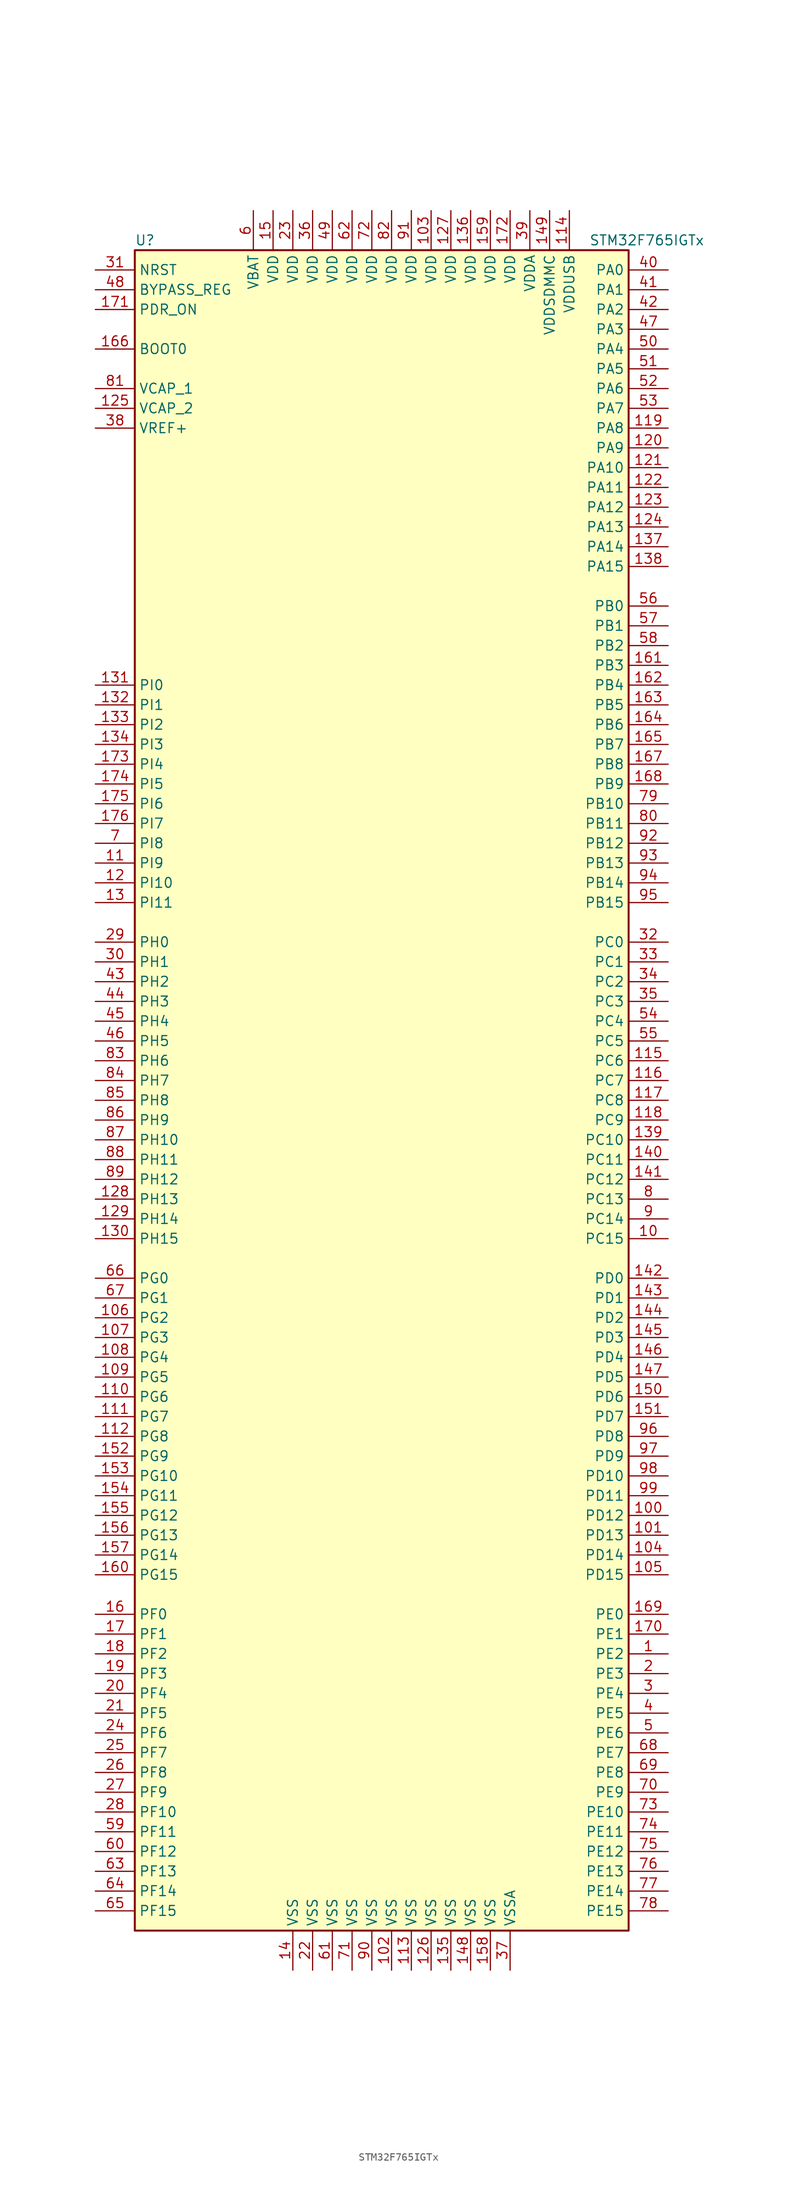
<source format=kicad_sym>
(kicad_symbol_lib
  (version 20201005)
  (generator kicad_symbol_editor)
  (symbol "STM32F765IGTx"
    (property "Reference" "U"
      (at -33.02 107.95 0)
      (effects (font (size 1.27 1.27)) (justify left)))
    (property "Value" "STM32F765IGTx"
      (at 25.4 107.95 0)
      (effects (font (size 1.27 1.27)) (justify left)))
    (symbol "STM32F765IGTx_0_1"
      (rectangle (start -33.02 -109.22) (end 30.48 106.68) (stroke (width 0.254)) (fill (type background))))
    (symbol "STM32F765IGTx_1_1"
      (pin bidirectional line (at 35.56 -73.66 180) (length 5.08) (name "PE2" (effects (font (size 1.27 1.27)))) (number "1" (effects (font (size 1.27 1.27)))))
      (pin bidirectional line (at 35.56 -20.32 180) (length 5.08) (name "PC15" (effects (font (size 1.27 1.27)))) (number "10" (effects (font (size 1.27 1.27)))))
      (pin bidirectional line (at 35.56 -55.88 180) (length 5.08) (name "PD12" (effects (font (size 1.27 1.27)))) (number "100" (effects (font (size 1.27 1.27)))))
      (pin bidirectional line (at 35.56 -58.42 180) (length 5.08) (name "PD13" (effects (font (size 1.27 1.27)))) (number "101" (effects (font (size 1.27 1.27)))))
      (pin power_in line (at 0 -114.3 90) (length 5.08) (name "VSS" (effects (font (size 1.27 1.27)))) (number "102" (effects (font (size 1.27 1.27)))))
      (pin power_in line (at 5.08 111.76 270) (length 5.08) (name "VDD" (effects (font (size 1.27 1.27)))) (number "103" (effects (font (size 1.27 1.27)))))
      (pin bidirectional line (at 35.56 -60.96 180) (length 5.08) (name "PD14" (effects (font (size 1.27 1.27)))) (number "104" (effects (font (size 1.27 1.27)))))
      (pin bidirectional line (at 35.56 -63.5 180) (length 5.08) (name "PD15" (effects (font (size 1.27 1.27)))) (number "105" (effects (font (size 1.27 1.27)))))
      (pin bidirectional line (at -38.1 -30.48 0) (length 5.08) (name "PG2" (effects (font (size 1.27 1.27)))) (number "106" (effects (font (size 1.27 1.27)))))
      (pin bidirectional line (at -38.1 -33.02 0) (length 5.08) (name "PG3" (effects (font (size 1.27 1.27)))) (number "107" (effects (font (size 1.27 1.27)))))
      (pin bidirectional line (at -38.1 -35.56 0) (length 5.08) (name "PG4" (effects (font (size 1.27 1.27)))) (number "108" (effects (font (size 1.27 1.27)))))
      (pin bidirectional line (at -38.1 -38.1 0) (length 5.08) (name "PG5" (effects (font (size 1.27 1.27)))) (number "109" (effects (font (size 1.27 1.27)))))
      (pin bidirectional line (at -38.1 27.94 0) (length 5.08) (name "PI9" (effects (font (size 1.27 1.27)))) (number "11" (effects (font (size 1.27 1.27)))))
      (pin bidirectional line (at -38.1 -40.64 0) (length 5.08) (name "PG6" (effects (font (size 1.27 1.27)))) (number "110" (effects (font (size 1.27 1.27)))))
      (pin bidirectional line (at -38.1 -43.18 0) (length 5.08) (name "PG7" (effects (font (size 1.27 1.27)))) (number "111" (effects (font (size 1.27 1.27)))))
      (pin bidirectional line (at -38.1 -45.72 0) (length 5.08) (name "PG8" (effects (font (size 1.27 1.27)))) (number "112" (effects (font (size 1.27 1.27)))))
      (pin power_in line (at 2.54 -114.3 90) (length 5.08) (name "VSS" (effects (font (size 1.27 1.27)))) (number "113" (effects (font (size 1.27 1.27)))))
      (pin power_in line (at 22.86 111.76 270) (length 5.08) (name "VDDUSB" (effects (font (size 1.27 1.27)))) (number "114" (effects (font (size 1.27 1.27)))))
      (pin bidirectional line (at 35.56 2.54 180) (length 5.08) (name "PC6" (effects (font (size 1.27 1.27)))) (number "115" (effects (font (size 1.27 1.27)))))
      (pin bidirectional line (at 35.56 0 180) (length 5.08) (name "PC7" (effects (font (size 1.27 1.27)))) (number "116" (effects (font (size 1.27 1.27)))))
      (pin bidirectional line (at 35.56 -2.54 180) (length 5.08) (name "PC8" (effects (font (size 1.27 1.27)))) (number "117" (effects (font (size 1.27 1.27)))))
      (pin bidirectional line (at 35.56 -5.08 180) (length 5.08) (name "PC9" (effects (font (size 1.27 1.27)))) (number "118" (effects (font (size 1.27 1.27)))))
      (pin bidirectional line (at 35.56 83.82 180) (length 5.08) (name "PA8" (effects (font (size 1.27 1.27)))) (number "119" (effects (font (size 1.27 1.27)))))
      (pin bidirectional line (at -38.1 25.4 0) (length 5.08) (name "PI10" (effects (font (size 1.27 1.27)))) (number "12" (effects (font (size 1.27 1.27)))))
      (pin bidirectional line (at 35.56 81.28 180) (length 5.08) (name "PA9" (effects (font (size 1.27 1.27)))) (number "120" (effects (font (size 1.27 1.27)))))
      (pin bidirectional line (at 35.56 78.74 180) (length 5.08) (name "PA10" (effects (font (size 1.27 1.27)))) (number "121" (effects (font (size 1.27 1.27)))))
      (pin bidirectional line (at 35.56 76.2 180) (length 5.08) (name "PA11" (effects (font (size 1.27 1.27)))) (number "122" (effects (font (size 1.27 1.27)))))
      (pin bidirectional line (at 35.56 73.66 180) (length 5.08) (name "PA12" (effects (font (size 1.27 1.27)))) (number "123" (effects (font (size 1.27 1.27)))))
      (pin bidirectional line (at 35.56 71.12 180) (length 5.08) (name "PA13" (effects (font (size 1.27 1.27)))) (number "124" (effects (font (size 1.27 1.27)))))
      (pin power_in line (at -38.1 86.36 0) (length 5.08) (name "VCAP_2" (effects (font (size 1.27 1.27)))) (number "125" (effects (font (size 1.27 1.27)))))
      (pin power_in line (at 5.08 -114.3 90) (length 5.08) (name "VSS" (effects (font (size 1.27 1.27)))) (number "126" (effects (font (size 1.27 1.27)))))
      (pin power_in line (at 7.62 111.76 270) (length 5.08) (name "VDD" (effects (font (size 1.27 1.27)))) (number "127" (effects (font (size 1.27 1.27)))))
      (pin bidirectional line (at -38.1 -15.24 0) (length 5.08) (name "PH13" (effects (font (size 1.27 1.27)))) (number "128" (effects (font (size 1.27 1.27)))))
      (pin bidirectional line (at -38.1 -17.78 0) (length 5.08) (name "PH14" (effects (font (size 1.27 1.27)))) (number "129" (effects (font (size 1.27 1.27)))))
      (pin bidirectional line (at -38.1 22.86 0) (length 5.08) (name "PI11" (effects (font (size 1.27 1.27)))) (number "13" (effects (font (size 1.27 1.27)))))
      (pin bidirectional line (at -38.1 -20.32 0) (length 5.08) (name "PH15" (effects (font (size 1.27 1.27)))) (number "130" (effects (font (size 1.27 1.27)))))
      (pin bidirectional line (at -38.1 50.8 0) (length 5.08) (name "PI0" (effects (font (size 1.27 1.27)))) (number "131" (effects (font (size 1.27 1.27)))))
      (pin bidirectional line (at -38.1 48.26 0) (length 5.08) (name "PI1" (effects (font (size 1.27 1.27)))) (number "132" (effects (font (size 1.27 1.27)))))
      (pin bidirectional line (at -38.1 45.72 0) (length 5.08) (name "PI2" (effects (font (size 1.27 1.27)))) (number "133" (effects (font (size 1.27 1.27)))))
      (pin bidirectional line (at -38.1 43.18 0) (length 5.08) (name "PI3" (effects (font (size 1.27 1.27)))) (number "134" (effects (font (size 1.27 1.27)))))
      (pin power_in line (at 7.62 -114.3 90) (length 5.08) (name "VSS" (effects (font (size 1.27 1.27)))) (number "135" (effects (font (size 1.27 1.27)))))
      (pin power_in line (at 10.16 111.76 270) (length 5.08) (name "VDD" (effects (font (size 1.27 1.27)))) (number "136" (effects (font (size 1.27 1.27)))))
      (pin bidirectional line (at 35.56 68.58 180) (length 5.08) (name "PA14" (effects (font (size 1.27 1.27)))) (number "137" (effects (font (size 1.27 1.27)))))
      (pin bidirectional line (at 35.56 66.04 180) (length 5.08) (name "PA15" (effects (font (size 1.27 1.27)))) (number "138" (effects (font (size 1.27 1.27)))))
      (pin bidirectional line (at 35.56 -7.62 180) (length 5.08) (name "PC10" (effects (font (size 1.27 1.27)))) (number "139" (effects (font (size 1.27 1.27)))))
      (pin power_in line (at -12.7 -114.3 90) (length 5.08) (name "VSS" (effects (font (size 1.27 1.27)))) (number "14" (effects (font (size 1.27 1.27)))))
      (pin bidirectional line (at 35.56 -10.16 180) (length 5.08) (name "PC11" (effects (font (size 1.27 1.27)))) (number "140" (effects (font (size 1.27 1.27)))))
      (pin bidirectional line (at 35.56 -12.7 180) (length 5.08) (name "PC12" (effects (font (size 1.27 1.27)))) (number "141" (effects (font (size 1.27 1.27)))))
      (pin bidirectional line (at 35.56 -25.4 180) (length 5.08) (name "PD0" (effects (font (size 1.27 1.27)))) (number "142" (effects (font (size 1.27 1.27)))))
      (pin bidirectional line (at 35.56 -27.94 180) (length 5.08) (name "PD1" (effects (font (size 1.27 1.27)))) (number "143" (effects (font (size 1.27 1.27)))))
      (pin bidirectional line (at 35.56 -30.48 180) (length 5.08) (name "PD2" (effects (font (size 1.27 1.27)))) (number "144" (effects (font (size 1.27 1.27)))))
      (pin bidirectional line (at 35.56 -33.02 180) (length 5.08) (name "PD3" (effects (font (size 1.27 1.27)))) (number "145" (effects (font (size 1.27 1.27)))))
      (pin bidirectional line (at 35.56 -35.56 180) (length 5.08) (name "PD4" (effects (font (size 1.27 1.27)))) (number "146" (effects (font (size 1.27 1.27)))))
      (pin bidirectional line (at 35.56 -38.1 180) (length 5.08) (name "PD5" (effects (font (size 1.27 1.27)))) (number "147" (effects (font (size 1.27 1.27)))))
      (pin power_in line (at 10.16 -114.3 90) (length 5.08) (name "VSS" (effects (font (size 1.27 1.27)))) (number "148" (effects (font (size 1.27 1.27)))))
      (pin power_in line (at 20.32 111.76 270) (length 5.08) (name "VDDSDMMC" (effects (font (size 1.27 1.27)))) (number "149" (effects (font (size 1.27 1.27)))))
      (pin power_in line (at -15.24 111.76 270) (length 5.08) (name "VDD" (effects (font (size 1.27 1.27)))) (number "15" (effects (font (size 1.27 1.27)))))
      (pin bidirectional line (at 35.56 -40.64 180) (length 5.08) (name "PD6" (effects (font (size 1.27 1.27)))) (number "150" (effects (font (size 1.27 1.27)))))
      (pin bidirectional line (at 35.56 -43.18 180) (length 5.08) (name "PD7" (effects (font (size 1.27 1.27)))) (number "151" (effects (font (size 1.27 1.27)))))
      (pin bidirectional line (at -38.1 -48.26 0) (length 5.08) (name "PG9" (effects (font (size 1.27 1.27)))) (number "152" (effects (font (size 1.27 1.27)))))
      (pin bidirectional line (at -38.1 -50.8 0) (length 5.08) (name "PG10" (effects (font (size 1.27 1.27)))) (number "153" (effects (font (size 1.27 1.27)))))
      (pin bidirectional line (at -38.1 -53.34 0) (length 5.08) (name "PG11" (effects (font (size 1.27 1.27)))) (number "154" (effects (font (size 1.27 1.27)))))
      (pin bidirectional line (at -38.1 -55.88 0) (length 5.08) (name "PG12" (effects (font (size 1.27 1.27)))) (number "155" (effects (font (size 1.27 1.27)))))
      (pin bidirectional line (at -38.1 -58.42 0) (length 5.08) (name "PG13" (effects (font (size 1.27 1.27)))) (number "156" (effects (font (size 1.27 1.27)))))
      (pin bidirectional line (at -38.1 -60.96 0) (length 5.08) (name "PG14" (effects (font (size 1.27 1.27)))) (number "157" (effects (font (size 1.27 1.27)))))
      (pin power_in line (at 12.7 -114.3 90) (length 5.08) (name "VSS" (effects (font (size 1.27 1.27)))) (number "158" (effects (font (size 1.27 1.27)))))
      (pin power_in line (at 12.7 111.76 270) (length 5.08) (name "VDD" (effects (font (size 1.27 1.27)))) (number "159" (effects (font (size 1.27 1.27)))))
      (pin bidirectional line (at -38.1 -68.58 0) (length 5.08) (name "PF0" (effects (font (size 1.27 1.27)))) (number "16" (effects (font (size 1.27 1.27)))))
      (pin bidirectional line (at -38.1 -63.5 0) (length 5.08) (name "PG15" (effects (font (size 1.27 1.27)))) (number "160" (effects (font (size 1.27 1.27)))))
      (pin bidirectional line (at 35.56 53.34 180) (length 5.08) (name "PB3" (effects (font (size 1.27 1.27)))) (number "161" (effects (font (size 1.27 1.27)))))
      (pin bidirectional line (at 35.56 50.8 180) (length 5.08) (name "PB4" (effects (font (size 1.27 1.27)))) (number "162" (effects (font (size 1.27 1.27)))))
      (pin bidirectional line (at 35.56 48.26 180) (length 5.08) (name "PB5" (effects (font (size 1.27 1.27)))) (number "163" (effects (font (size 1.27 1.27)))))
      (pin bidirectional line (at 35.56 45.72 180) (length 5.08) (name "PB6" (effects (font (size 1.27 1.27)))) (number "164" (effects (font (size 1.27 1.27)))))
      (pin bidirectional line (at 35.56 43.18 180) (length 5.08) (name "PB7" (effects (font (size 1.27 1.27)))) (number "165" (effects (font (size 1.27 1.27)))))
      (pin input line (at -38.1 93.98 0) (length 5.08) (name "BOOT0" (effects (font (size 1.27 1.27)))) (number "166" (effects (font (size 1.27 1.27)))))
      (pin bidirectional line (at 35.56 40.64 180) (length 5.08) (name "PB8" (effects (font (size 1.27 1.27)))) (number "167" (effects (font (size 1.27 1.27)))))
      (pin bidirectional line (at 35.56 38.1 180) (length 5.08) (name "PB9" (effects (font (size 1.27 1.27)))) (number "168" (effects (font (size 1.27 1.27)))))
      (pin bidirectional line (at 35.56 -68.58 180) (length 5.08) (name "PE0" (effects (font (size 1.27 1.27)))) (number "169" (effects (font (size 1.27 1.27)))))
      (pin bidirectional line (at -38.1 -71.12 0) (length 5.08) (name "PF1" (effects (font (size 1.27 1.27)))) (number "17" (effects (font (size 1.27 1.27)))))
      (pin bidirectional line (at 35.56 -71.12 180) (length 5.08) (name "PE1" (effects (font (size 1.27 1.27)))) (number "170" (effects (font (size 1.27 1.27)))))
      (pin input line (at -38.1 99.06 0) (length 5.08) (name "PDR_ON" (effects (font (size 1.27 1.27)))) (number "171" (effects (font (size 1.27 1.27)))))
      (pin power_in line (at 15.24 111.76 270) (length 5.08) (name "VDD" (effects (font (size 1.27 1.27)))) (number "172" (effects (font (size 1.27 1.27)))))
      (pin bidirectional line (at -38.1 40.64 0) (length 5.08) (name "PI4" (effects (font (size 1.27 1.27)))) (number "173" (effects (font (size 1.27 1.27)))))
      (pin bidirectional line (at -38.1 38.1 0) (length 5.08) (name "PI5" (effects (font (size 1.27 1.27)))) (number "174" (effects (font (size 1.27 1.27)))))
      (pin bidirectional line (at -38.1 35.56 0) (length 5.08) (name "PI6" (effects (font (size 1.27 1.27)))) (number "175" (effects (font (size 1.27 1.27)))))
      (pin bidirectional line (at -38.1 33.02 0) (length 5.08) (name "PI7" (effects (font (size 1.27 1.27)))) (number "176" (effects (font (size 1.27 1.27)))))
      (pin bidirectional line (at -38.1 -73.66 0) (length 5.08) (name "PF2" (effects (font (size 1.27 1.27)))) (number "18" (effects (font (size 1.27 1.27)))))
      (pin bidirectional line (at -38.1 -76.2 0) (length 5.08) (name "PF3" (effects (font (size 1.27 1.27)))) (number "19" (effects (font (size 1.27 1.27)))))
      (pin bidirectional line (at 35.56 -76.2 180) (length 5.08) (name "PE3" (effects (font (size 1.27 1.27)))) (number "2" (effects (font (size 1.27 1.27)))))
      (pin bidirectional line (at -38.1 -78.74 0) (length 5.08) (name "PF4" (effects (font (size 1.27 1.27)))) (number "20" (effects (font (size 1.27 1.27)))))
      (pin bidirectional line (at -38.1 -81.28 0) (length 5.08) (name "PF5" (effects (font (size 1.27 1.27)))) (number "21" (effects (font (size 1.27 1.27)))))
      (pin power_in line (at -10.16 -114.3 90) (length 5.08) (name "VSS" (effects (font (size 1.27 1.27)))) (number "22" (effects (font (size 1.27 1.27)))))
      (pin power_in line (at -12.7 111.76 270) (length 5.08) (name "VDD" (effects (font (size 1.27 1.27)))) (number "23" (effects (font (size 1.27 1.27)))))
      (pin bidirectional line (at -38.1 -83.82 0) (length 5.08) (name "PF6" (effects (font (size 1.27 1.27)))) (number "24" (effects (font (size 1.27 1.27)))))
      (pin bidirectional line (at -38.1 -86.36 0) (length 5.08) (name "PF7" (effects (font (size 1.27 1.27)))) (number "25" (effects (font (size 1.27 1.27)))))
      (pin bidirectional line (at -38.1 -88.9 0) (length 5.08) (name "PF8" (effects (font (size 1.27 1.27)))) (number "26" (effects (font (size 1.27 1.27)))))
      (pin bidirectional line (at -38.1 -91.44 0) (length 5.08) (name "PF9" (effects (font (size 1.27 1.27)))) (number "27" (effects (font (size 1.27 1.27)))))
      (pin bidirectional line (at -38.1 -93.98 0) (length 5.08) (name "PF10" (effects (font (size 1.27 1.27)))) (number "28" (effects (font (size 1.27 1.27)))))
      (pin input line (at -38.1 17.78 0) (length 5.08) (name "PH0" (effects (font (size 1.27 1.27)))) (number "29" (effects (font (size 1.27 1.27)))))
      (pin bidirectional line (at 35.56 -78.74 180) (length 5.08) (name "PE4" (effects (font (size 1.27 1.27)))) (number "3" (effects (font (size 1.27 1.27)))))
      (pin input line (at -38.1 15.24 0) (length 5.08) (name "PH1" (effects (font (size 1.27 1.27)))) (number "30" (effects (font (size 1.27 1.27)))))
      (pin input line (at -38.1 104.14 0) (length 5.08) (name "NRST" (effects (font (size 1.27 1.27)))) (number "31" (effects (font (size 1.27 1.27)))))
      (pin bidirectional line (at 35.56 17.78 180) (length 5.08) (name "PC0" (effects (font (size 1.27 1.27)))) (number "32" (effects (font (size 1.27 1.27)))))
      (pin bidirectional line (at 35.56 15.24 180) (length 5.08) (name "PC1" (effects (font (size 1.27 1.27)))) (number "33" (effects (font (size 1.27 1.27)))))
      (pin bidirectional line (at 35.56 12.7 180) (length 5.08) (name "PC2" (effects (font (size 1.27 1.27)))) (number "34" (effects (font (size 1.27 1.27)))))
      (pin bidirectional line (at 35.56 10.16 180) (length 5.08) (name "PC3" (effects (font (size 1.27 1.27)))) (number "35" (effects (font (size 1.27 1.27)))))
      (pin power_in line (at -10.16 111.76 270) (length 5.08) (name "VDD" (effects (font (size 1.27 1.27)))) (number "36" (effects (font (size 1.27 1.27)))))
      (pin power_in line (at 15.24 -114.3 90) (length 5.08) (name "VSSA" (effects (font (size 1.27 1.27)))) (number "37" (effects (font (size 1.27 1.27)))))
      (pin power_in line (at -38.1 83.82 0) (length 5.08) (name "VREF+" (effects (font (size 1.27 1.27)))) (number "38" (effects (font (size 1.27 1.27)))))
      (pin power_in line (at 17.78 111.76 270) (length 5.08) (name "VDDA" (effects (font (size 1.27 1.27)))) (number "39" (effects (font (size 1.27 1.27)))))
      (pin bidirectional line (at 35.56 -81.28 180) (length 5.08) (name "PE5" (effects (font (size 1.27 1.27)))) (number "4" (effects (font (size 1.27 1.27)))))
      (pin bidirectional line (at 35.56 104.14 180) (length 5.08) (name "PA0" (effects (font (size 1.27 1.27)))) (number "40" (effects (font (size 1.27 1.27)))))
      (pin bidirectional line (at 35.56 101.6 180) (length 5.08) (name "PA1" (effects (font (size 1.27 1.27)))) (number "41" (effects (font (size 1.27 1.27)))))
      (pin bidirectional line (at 35.56 99.06 180) (length 5.08) (name "PA2" (effects (font (size 1.27 1.27)))) (number "42" (effects (font (size 1.27 1.27)))))
      (pin bidirectional line (at -38.1 12.7 0) (length 5.08) (name "PH2" (effects (font (size 1.27 1.27)))) (number "43" (effects (font (size 1.27 1.27)))))
      (pin bidirectional line (at -38.1 10.16 0) (length 5.08) (name "PH3" (effects (font (size 1.27 1.27)))) (number "44" (effects (font (size 1.27 1.27)))))
      (pin bidirectional line (at -38.1 7.62 0) (length 5.08) (name "PH4" (effects (font (size 1.27 1.27)))) (number "45" (effects (font (size 1.27 1.27)))))
      (pin bidirectional line (at -38.1 5.08 0) (length 5.08) (name "PH5" (effects (font (size 1.27 1.27)))) (number "46" (effects (font (size 1.27 1.27)))))
      (pin bidirectional line (at 35.56 96.52 180) (length 5.08) (name "PA3" (effects (font (size 1.27 1.27)))) (number "47" (effects (font (size 1.27 1.27)))))
      (pin input line (at -38.1 101.6 0) (length 5.08) (name "BYPASS_REG" (effects (font (size 1.27 1.27)))) (number "48" (effects (font (size 1.27 1.27)))))
      (pin power_in line (at -7.62 111.76 270) (length 5.08) (name "VDD" (effects (font (size 1.27 1.27)))) (number "49" (effects (font (size 1.27 1.27)))))
      (pin bidirectional line (at 35.56 -83.82 180) (length 5.08) (name "PE6" (effects (font (size 1.27 1.27)))) (number "5" (effects (font (size 1.27 1.27)))))
      (pin bidirectional line (at 35.56 93.98 180) (length 5.08) (name "PA4" (effects (font (size 1.27 1.27)))) (number "50" (effects (font (size 1.27 1.27)))))
      (pin bidirectional line (at 35.56 91.44 180) (length 5.08) (name "PA5" (effects (font (size 1.27 1.27)))) (number "51" (effects (font (size 1.27 1.27)))))
      (pin bidirectional line (at 35.56 88.9 180) (length 5.08) (name "PA6" (effects (font (size 1.27 1.27)))) (number "52" (effects (font (size 1.27 1.27)))))
      (pin bidirectional line (at 35.56 86.36 180) (length 5.08) (name "PA7" (effects (font (size 1.27 1.27)))) (number "53" (effects (font (size 1.27 1.27)))))
      (pin bidirectional line (at 35.56 7.62 180) (length 5.08) (name "PC4" (effects (font (size 1.27 1.27)))) (number "54" (effects (font (size 1.27 1.27)))))
      (pin bidirectional line (at 35.56 5.08 180) (length 5.08) (name "PC5" (effects (font (size 1.27 1.27)))) (number "55" (effects (font (size 1.27 1.27)))))
      (pin bidirectional line (at 35.56 60.96 180) (length 5.08) (name "PB0" (effects (font (size 1.27 1.27)))) (number "56" (effects (font (size 1.27 1.27)))))
      (pin bidirectional line (at 35.56 58.42 180) (length 5.08) (name "PB1" (effects (font (size 1.27 1.27)))) (number "57" (effects (font (size 1.27 1.27)))))
      (pin bidirectional line (at 35.56 55.88 180) (length 5.08) (name "PB2" (effects (font (size 1.27 1.27)))) (number "58" (effects (font (size 1.27 1.27)))))
      (pin bidirectional line (at -38.1 -96.52 0) (length 5.08) (name "PF11" (effects (font (size 1.27 1.27)))) (number "59" (effects (font (size 1.27 1.27)))))
      (pin power_in line (at -17.78 111.76 270) (length 5.08) (name "VBAT" (effects (font (size 1.27 1.27)))) (number "6" (effects (font (size 1.27 1.27)))))
      (pin bidirectional line (at -38.1 -99.06 0) (length 5.08) (name "PF12" (effects (font (size 1.27 1.27)))) (number "60" (effects (font (size 1.27 1.27)))))
      (pin power_in line (at -7.62 -114.3 90) (length 5.08) (name "VSS" (effects (font (size 1.27 1.27)))) (number "61" (effects (font (size 1.27 1.27)))))
      (pin power_in line (at -5.08 111.76 270) (length 5.08) (name "VDD" (effects (font (size 1.27 1.27)))) (number "62" (effects (font (size 1.27 1.27)))))
      (pin bidirectional line (at -38.1 -101.6 0) (length 5.08) (name "PF13" (effects (font (size 1.27 1.27)))) (number "63" (effects (font (size 1.27 1.27)))))
      (pin bidirectional line (at -38.1 -104.14 0) (length 5.08) (name "PF14" (effects (font (size 1.27 1.27)))) (number "64" (effects (font (size 1.27 1.27)))))
      (pin bidirectional line (at -38.1 -106.68 0) (length 5.08) (name "PF15" (effects (font (size 1.27 1.27)))) (number "65" (effects (font (size 1.27 1.27)))))
      (pin bidirectional line (at -38.1 -25.4 0) (length 5.08) (name "PG0" (effects (font (size 1.27 1.27)))) (number "66" (effects (font (size 1.27 1.27)))))
      (pin bidirectional line (at -38.1 -27.94 0) (length 5.08) (name "PG1" (effects (font (size 1.27 1.27)))) (number "67" (effects (font (size 1.27 1.27)))))
      (pin bidirectional line (at 35.56 -86.36 180) (length 5.08) (name "PE7" (effects (font (size 1.27 1.27)))) (number "68" (effects (font (size 1.27 1.27)))))
      (pin bidirectional line (at 35.56 -88.9 180) (length 5.08) (name "PE8" (effects (font (size 1.27 1.27)))) (number "69" (effects (font (size 1.27 1.27)))))
      (pin bidirectional line (at -38.1 30.48 0) (length 5.08) (name "PI8" (effects (font (size 1.27 1.27)))) (number "7" (effects (font (size 1.27 1.27)))))
      (pin bidirectional line (at 35.56 -91.44 180) (length 5.08) (name "PE9" (effects (font (size 1.27 1.27)))) (number "70" (effects (font (size 1.27 1.27)))))
      (pin power_in line (at -5.08 -114.3 90) (length 5.08) (name "VSS" (effects (font (size 1.27 1.27)))) (number "71" (effects (font (size 1.27 1.27)))))
      (pin power_in line (at -2.54 111.76 270) (length 5.08) (name "VDD" (effects (font (size 1.27 1.27)))) (number "72" (effects (font (size 1.27 1.27)))))
      (pin bidirectional line (at 35.56 -93.98 180) (length 5.08) (name "PE10" (effects (font (size 1.27 1.27)))) (number "73" (effects (font (size 1.27 1.27)))))
      (pin bidirectional line (at 35.56 -96.52 180) (length 5.08) (name "PE11" (effects (font (size 1.27 1.27)))) (number "74" (effects (font (size 1.27 1.27)))))
      (pin bidirectional line (at 35.56 -99.06 180) (length 5.08) (name "PE12" (effects (font (size 1.27 1.27)))) (number "75" (effects (font (size 1.27 1.27)))))
      (pin bidirectional line (at 35.56 -101.6 180) (length 5.08) (name "PE13" (effects (font (size 1.27 1.27)))) (number "76" (effects (font (size 1.27 1.27)))))
      (pin bidirectional line (at 35.56 -104.14 180) (length 5.08) (name "PE14" (effects (font (size 1.27 1.27)))) (number "77" (effects (font (size 1.27 1.27)))))
      (pin bidirectional line (at 35.56 -106.68 180) (length 5.08) (name "PE15" (effects (font (size 1.27 1.27)))) (number "78" (effects (font (size 1.27 1.27)))))
      (pin bidirectional line (at 35.56 35.56 180) (length 5.08) (name "PB10" (effects (font (size 1.27 1.27)))) (number "79" (effects (font (size 1.27 1.27)))))
      (pin bidirectional line (at 35.56 -15.24 180) (length 5.08) (name "PC13" (effects (font (size 1.27 1.27)))) (number "8" (effects (font (size 1.27 1.27)))))
      (pin bidirectional line (at 35.56 33.02 180) (length 5.08) (name "PB11" (effects (font (size 1.27 1.27)))) (number "80" (effects (font (size 1.27 1.27)))))
      (pin power_in line (at -38.1 88.9 0) (length 5.08) (name "VCAP_1" (effects (font (size 1.27 1.27)))) (number "81" (effects (font (size 1.27 1.27)))))
      (pin power_in line (at 0 111.76 270) (length 5.08) (name "VDD" (effects (font (size 1.27 1.27)))) (number "82" (effects (font (size 1.27 1.27)))))
      (pin bidirectional line (at -38.1 2.54 0) (length 5.08) (name "PH6" (effects (font (size 1.27 1.27)))) (number "83" (effects (font (size 1.27 1.27)))))
      (pin bidirectional line (at -38.1 0 0) (length 5.08) (name "PH7" (effects (font (size 1.27 1.27)))) (number "84" (effects (font (size 1.27 1.27)))))
      (pin bidirectional line (at -38.1 -2.54 0) (length 5.08) (name "PH8" (effects (font (size 1.27 1.27)))) (number "85" (effects (font (size 1.27 1.27)))))
      (pin bidirectional line (at -38.1 -5.08 0) (length 5.08) (name "PH9" (effects (font (size 1.27 1.27)))) (number "86" (effects (font (size 1.27 1.27)))))
      (pin bidirectional line (at -38.1 -7.62 0) (length 5.08) (name "PH10" (effects (font (size 1.27 1.27)))) (number "87" (effects (font (size 1.27 1.27)))))
      (pin bidirectional line (at -38.1 -10.16 0) (length 5.08) (name "PH11" (effects (font (size 1.27 1.27)))) (number "88" (effects (font (size 1.27 1.27)))))
      (pin bidirectional line (at -38.1 -12.7 0) (length 5.08) (name "PH12" (effects (font (size 1.27 1.27)))) (number "89" (effects (font (size 1.27 1.27)))))
      (pin bidirectional line (at 35.56 -17.78 180) (length 5.08) (name "PC14" (effects (font (size 1.27 1.27)))) (number "9" (effects (font (size 1.27 1.27)))))
      (pin power_in line (at -2.54 -114.3 90) (length 5.08) (name "VSS" (effects (font (size 1.27 1.27)))) (number "90" (effects (font (size 1.27 1.27)))))
      (pin power_in line (at 2.54 111.76 270) (length 5.08) (name "VDD" (effects (font (size 1.27 1.27)))) (number "91" (effects (font (size 1.27 1.27)))))
      (pin bidirectional line (at 35.56 30.48 180) (length 5.08) (name "PB12" (effects (font (size 1.27 1.27)))) (number "92" (effects (font (size 1.27 1.27)))))
      (pin bidirectional line (at 35.56 27.94 180) (length 5.08) (name "PB13" (effects (font (size 1.27 1.27)))) (number "93" (effects (font (size 1.27 1.27)))))
      (pin bidirectional line (at 35.56 25.4 180) (length 5.08) (name "PB14" (effects (font (size 1.27 1.27)))) (number "94" (effects (font (size 1.27 1.27)))))
      (pin bidirectional line (at 35.56 22.86 180) (length 5.08) (name "PB15" (effects (font (size 1.27 1.27)))) (number "95" (effects (font (size 1.27 1.27)))))
      (pin bidirectional line (at 35.56 -45.72 180) (length 5.08) (name "PD8" (effects (font (size 1.27 1.27)))) (number "96" (effects (font (size 1.27 1.27)))))
      (pin bidirectional line (at 35.56 -48.26 180) (length 5.08) (name "PD9" (effects (font (size 1.27 1.27)))) (number "97" (effects (font (size 1.27 1.27)))))
      (pin bidirectional line (at 35.56 -50.8 180) (length 5.08) (name "PD10" (effects (font (size 1.27 1.27)))) (number "98" (effects (font (size 1.27 1.27)))))
      (pin bidirectional line (at 35.56 -53.34 180) (length 5.08) (name "PD11" (effects (font (size 1.27 1.27)))) (number "99" (effects (font (size 1.27 1.27))))))))
</source>
